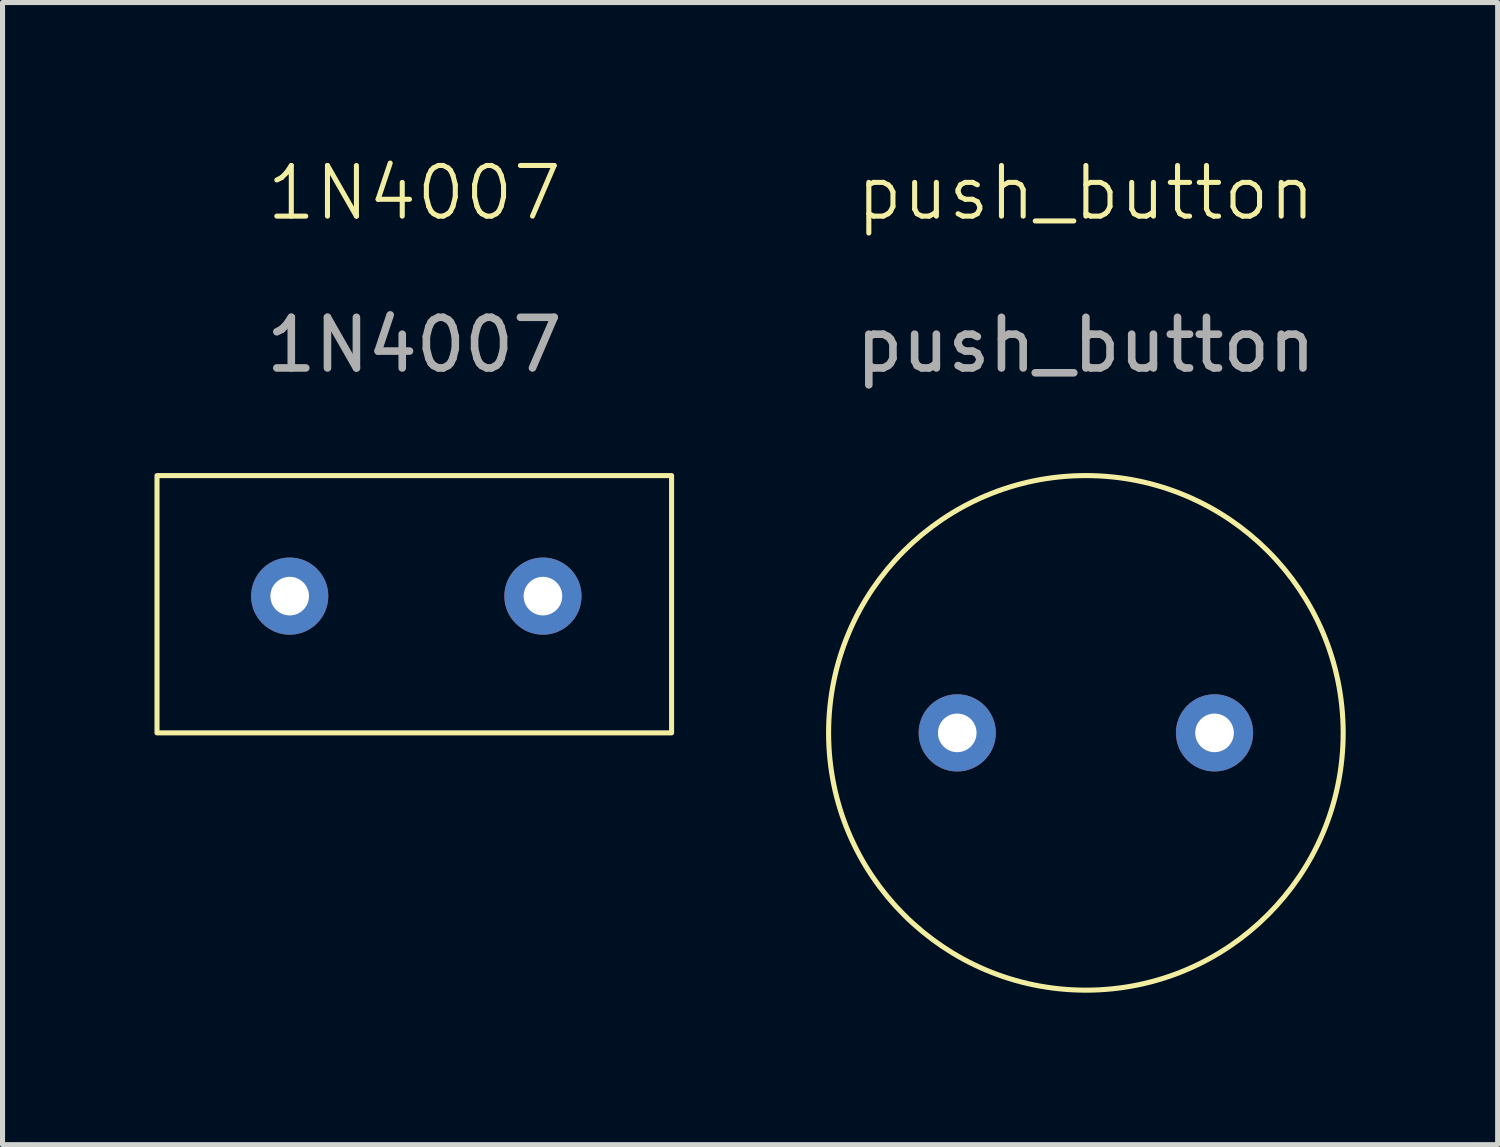
<source format=kicad_pcb>
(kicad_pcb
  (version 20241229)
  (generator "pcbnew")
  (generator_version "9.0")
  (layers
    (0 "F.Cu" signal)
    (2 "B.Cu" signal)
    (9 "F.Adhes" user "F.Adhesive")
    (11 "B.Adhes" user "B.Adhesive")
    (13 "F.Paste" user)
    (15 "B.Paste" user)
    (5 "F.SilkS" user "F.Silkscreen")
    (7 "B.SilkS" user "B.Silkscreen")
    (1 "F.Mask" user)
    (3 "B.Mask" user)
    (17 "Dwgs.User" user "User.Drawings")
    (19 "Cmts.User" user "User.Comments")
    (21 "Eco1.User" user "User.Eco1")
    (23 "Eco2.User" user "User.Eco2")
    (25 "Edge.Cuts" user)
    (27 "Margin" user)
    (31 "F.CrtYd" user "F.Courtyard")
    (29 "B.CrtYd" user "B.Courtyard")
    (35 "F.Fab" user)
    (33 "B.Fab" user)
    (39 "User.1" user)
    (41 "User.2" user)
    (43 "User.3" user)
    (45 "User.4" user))
  (footprint "1N4007"
    (layer "F.Cu")
    (at 5.13 1.26)
    (property "Reference" "1N4007" (at 0 -0.5 0) (unlocked yes) (layer "F.SilkS") (effects (font (size 1 1) (thickness 0.1))))
    (attr through_hole)
    (fp_rect (start -5.08 5.08) (end 5.08 10.16) (stroke (width 0.1) (type default)) (fill no) (layer "F.SilkS"))
    (fp_text user "${REFERENCE}" (at 0 2.5 0) (unlocked yes) (layer "F.Fab") (effects (font (size 1 1) (thickness 0.15))))
    (pad "1" thru_hole circle (at -2.46 7.46) (size 1.524 1.524) (drill 0.762) (layers "*.Cu" "*.Mask"))
    (pad "2" thru_hole circle (at 2.54 7.46) (size 1.524 1.524) (drill 0.762) (layers "*.Cu" "*.Mask")))
  (footprint "push_button"
    (layer "F.Cu")
    (at 18.39 1.26)
    (property "Reference" "push_button" (at 0 -0.5 0) (unlocked yes) (layer "F.SilkS") (effects (font (size 1 1) (thickness 0.1))))
    (attr through_hole)
    (fp_circle (center 0 10.16) (end 5.08 10.16) (stroke (width 0.1) (type default)) (fill no) (layer "F.SilkS"))
    (fp_text user "${REFERENCE}" (at 0 2.5 0) (unlocked yes) (layer "F.Fab") (effects (font (size 1 1) (thickness 0.15))))
    (pad "1" thru_hole circle (at -2.54 10.16) (size 1.524 1.524) (drill 0.762) (layers "*.Cu" "*.Mask"))
    (pad "2" thru_hole circle (at 2.54 10.16) (size 1.524 1.524) (drill 0.762) (layers "*.Cu" "*.Mask")))
  (gr_rect
    (start -3 -3)
    (end 26.52 19.55)
    (stroke (width 0.1) (type default))
    (fill no)
    (layer "Edge.Cuts")))
</source>
